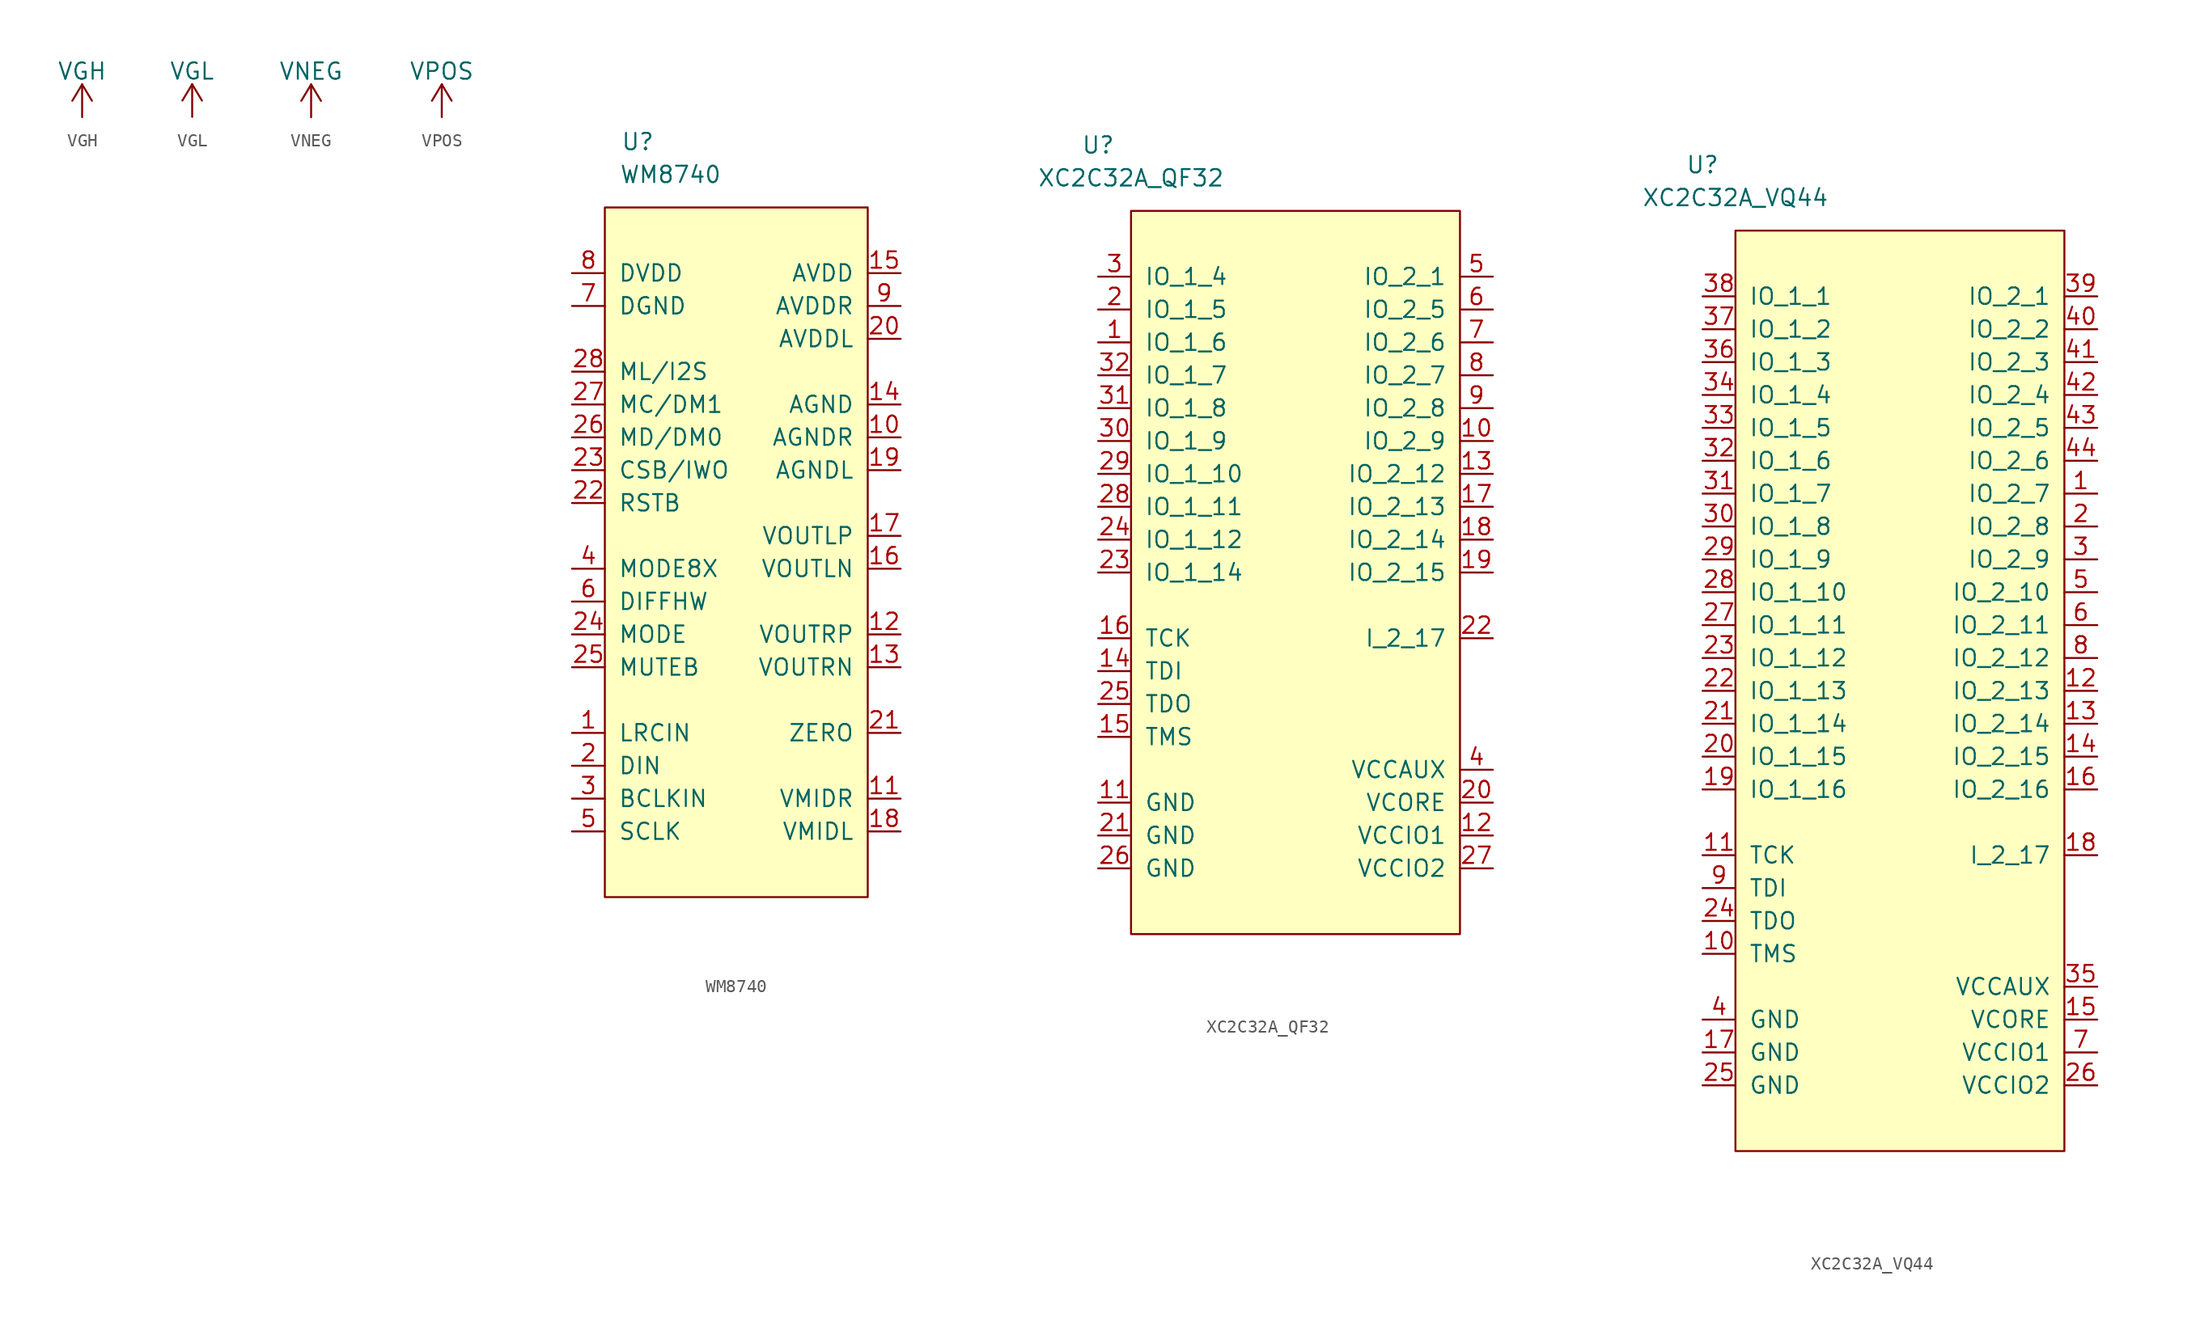
<source format=kicad_sym>
(kicad_symbol_lib
  (version 20220914)
  (generator kicad_symbol_editor)
  (symbol "VGH"
    (power)
    (pin_names
      (offset 0))
    (property "Reference" "#PWR"
      (at 0 -3.81 0)
      (effects (font (size 1.27 1.27)) hide))
    (property "Value" "VGH"
      (at 0 3.556 0)
      (effects (font (size 1.27 1.27))))
    (symbol "VGH_0_1"
      (polyline (pts (xy -0.762 1.27) (xy 0 2.54)) (stroke (width 0) (type default)) (fill (type none)))
      (polyline (pts (xy 0 0) (xy 0 2.54)) (stroke (width 0) (type default)) (fill (type none)))
      (polyline (pts (xy 0 2.54) (xy 0.762 1.27)) (stroke (width 0) (type default)) (fill (type none))))
    (symbol "VGH_1_1"
      (pin power_in line (at 0 0 90) (length 0) hide (name "VGH" (effects (font (size 1.27 1.27)))) (number "1" (effects (font (size 1.27 1.27)))))))
  (symbol "VGL"
    (power)
    (pin_names
      (offset 0))
    (property "Reference" "#PWR"
      (at 0 -3.81 0)
      (effects (font (size 1.27 1.27)) hide))
    (property "Value" "VGL"
      (at 0 3.556 0)
      (effects (font (size 1.27 1.27))))
    (symbol "VGL_0_1"
      (polyline (pts (xy -0.762 1.27) (xy 0 2.54)) (stroke (width 0) (type default)) (fill (type none)))
      (polyline (pts (xy 0 0) (xy 0 2.54)) (stroke (width 0) (type default)) (fill (type none)))
      (polyline (pts (xy 0 2.54) (xy 0.762 1.27)) (stroke (width 0) (type default)) (fill (type none))))
    (symbol "VGL_1_1"
      (pin power_in line (at 0 0 90) (length 0) hide (name "VGL" (effects (font (size 1.27 1.27)))) (number "1" (effects (font (size 1.27 1.27)))))))
  (symbol "VNEG"
    (power)
    (pin_names
      (offset 0))
    (property "Reference" "#PWR"
      (at 0 -3.81 0)
      (effects (font (size 1.27 1.27)) hide))
    (property "Value" "VNEG"
      (at 0 3.556 0)
      (effects (font (size 1.27 1.27))))
    (symbol "VNEG_0_1"
      (polyline (pts (xy -0.762 1.27) (xy 0 2.54)) (stroke (width 0) (type default)) (fill (type none)))
      (polyline (pts (xy 0 0) (xy 0 2.54)) (stroke (width 0) (type default)) (fill (type none)))
      (polyline (pts (xy 0 2.54) (xy 0.762 1.27)) (stroke (width 0) (type default)) (fill (type none))))
    (symbol "VNEG_1_1"
      (pin power_in line (at 0 0 90) (length 0) hide (name "VNEG" (effects (font (size 1.27 1.27)))) (number "1" (effects (font (size 1.27 1.27)))))))
  (symbol "VPOS"
    (power)
    (pin_names
      (offset 0))
    (property "Reference" "#PWR"
      (at 0 -3.81 0)
      (effects (font (size 1.27 1.27)) hide))
    (property "Value" "VPOS"
      (at 0 3.556 0)
      (effects (font (size 1.27 1.27))))
    (symbol "VPOS_0_1"
      (polyline (pts (xy -0.762 1.27) (xy 0 2.54)) (stroke (width 0) (type default)) (fill (type none)))
      (polyline (pts (xy 0 0) (xy 0 2.54)) (stroke (width 0) (type default)) (fill (type none)))
      (polyline (pts (xy 0 2.54) (xy 0.762 1.27)) (stroke (width 0) (type default)) (fill (type none))))
    (symbol "VPOS_1_1"
      (pin power_in line (at 0 0 90) (length 0) hide (name "VPOS" (effects (font (size 1.27 1.27)))) (number "1" (effects (font (size 1.27 1.27)))))))
  (symbol "WM8740"
    (pin_names
      (offset 1.016))
    (property "Reference" "U"
      (at -7.62 17.78 0)
      (effects (font (size 1.27 1.27))))
    (property "Value" "WM8740"
      (at -5.08 15.24 0)
      (effects (font (size 1.27 1.27))))
    (symbol "WM8740_0_1"
      (rectangle (start -10.16 12.7) (end 10.16 -40.64) (stroke (width 0) (type default)) (fill (type background))))
    (symbol "WM8740_1_1"
      (pin input line (at -12.7 -27.94 0) (length 2.54) (name "LRCIN" (effects (font (size 1.27 1.27)))) (number "1" (effects (font (size 1.27 1.27)))))
      (pin power_in line (at 12.7 -5.08 180) (length 2.54) (name "AGNDR" (effects (font (size 1.27 1.27)))) (number "10" (effects (font (size 1.27 1.27)))))
      (pin power_out line (at 12.7 -33.02 180) (length 2.54) (name "VMIDR" (effects (font (size 1.27 1.27)))) (number "11" (effects (font (size 1.27 1.27)))))
      (pin output line (at 12.7 -20.32 180) (length 2.54) (name "VOUTRP" (effects (font (size 1.27 1.27)))) (number "12" (effects (font (size 1.27 1.27)))))
      (pin output line (at 12.7 -22.86 180) (length 2.54) (name "VOUTRN" (effects (font (size 1.27 1.27)))) (number "13" (effects (font (size 1.27 1.27)))))
      (pin power_in line (at 12.7 -2.54 180) (length 2.54) (name "AGND" (effects (font (size 1.27 1.27)))) (number "14" (effects (font (size 1.27 1.27)))))
      (pin power_in line (at 12.7 7.62 180) (length 2.54) (name "AVDD" (effects (font (size 1.27 1.27)))) (number "15" (effects (font (size 1.27 1.27)))))
      (pin output line (at 12.7 -15.24 180) (length 2.54) (name "VOUTLN" (effects (font (size 1.27 1.27)))) (number "16" (effects (font (size 1.27 1.27)))))
      (pin output line (at 12.7 -12.7 180) (length 2.54) (name "VOUTLP" (effects (font (size 1.27 1.27)))) (number "17" (effects (font (size 1.27 1.27)))))
      (pin power_out line (at 12.7 -35.56 180) (length 2.54) (name "VMIDL" (effects (font (size 1.27 1.27)))) (number "18" (effects (font (size 1.27 1.27)))))
      (pin power_in line (at 12.7 -7.62 180) (length 2.54) (name "AGNDL" (effects (font (size 1.27 1.27)))) (number "19" (effects (font (size 1.27 1.27)))))
      (pin input line (at -12.7 -30.48 0) (length 2.54) (name "DIN" (effects (font (size 1.27 1.27)))) (number "2" (effects (font (size 1.27 1.27)))))
      (pin power_in line (at 12.7 2.54 180) (length 2.54) (name "AVDDL" (effects (font (size 1.27 1.27)))) (number "20" (effects (font (size 1.27 1.27)))))
      (pin output line (at 12.7 -27.94 180) (length 2.54) (name "ZERO" (effects (font (size 1.27 1.27)))) (number "21" (effects (font (size 1.27 1.27)))))
      (pin input line (at -12.7 -10.16 0) (length 2.54) (name "RSTB" (effects (font (size 1.27 1.27)))) (number "22" (effects (font (size 1.27 1.27)))))
      (pin input line (at -12.7 -7.62 0) (length 2.54) (name "CSB/IWO" (effects (font (size 1.27 1.27)))) (number "23" (effects (font (size 1.27 1.27)))))
      (pin input line (at -12.7 -20.32 0) (length 2.54) (name "MODE" (effects (font (size 1.27 1.27)))) (number "24" (effects (font (size 1.27 1.27)))))
      (pin input line (at -12.7 -22.86 0) (length 2.54) (name "MUTEB" (effects (font (size 1.27 1.27)))) (number "25" (effects (font (size 1.27 1.27)))))
      (pin input line (at -12.7 -5.08 0) (length 2.54) (name "MD/DM0" (effects (font (size 1.27 1.27)))) (number "26" (effects (font (size 1.27 1.27)))))
      (pin input line (at -12.7 -2.54 0) (length 2.54) (name "MC/DM1" (effects (font (size 1.27 1.27)))) (number "27" (effects (font (size 1.27 1.27)))))
      (pin input line (at -12.7 0 0) (length 2.54) (name "ML/I2S" (effects (font (size 1.27 1.27)))) (number "28" (effects (font (size 1.27 1.27)))))
      (pin input line (at -12.7 -33.02 0) (length 2.54) (name "BCLKIN" (effects (font (size 1.27 1.27)))) (number "3" (effects (font (size 1.27 1.27)))))
      (pin input line (at -12.7 -15.24 0) (length 2.54) (name "MODE8X" (effects (font (size 1.27 1.27)))) (number "4" (effects (font (size 1.27 1.27)))))
      (pin input line (at -12.7 -35.56 0) (length 2.54) (name "SCLK" (effects (font (size 1.27 1.27)))) (number "5" (effects (font (size 1.27 1.27)))))
      (pin input line (at -12.7 -17.78 0) (length 2.54) (name "DIFFHW" (effects (font (size 1.27 1.27)))) (number "6" (effects (font (size 1.27 1.27)))))
      (pin power_in line (at -12.7 5.08 0) (length 2.54) (name "DGND" (effects (font (size 1.27 1.27)))) (number "7" (effects (font (size 1.27 1.27)))))
      (pin power_in line (at -12.7 7.62 0) (length 2.54) (name "DVDD" (effects (font (size 1.27 1.27)))) (number "8" (effects (font (size 1.27 1.27)))))
      (pin power_in line (at 12.7 5.08 180) (length 2.54) (name "AVDDR" (effects (font (size 1.27 1.27)))) (number "9" (effects (font (size 1.27 1.27)))))))
  (symbol "XC2C32A_QF32"
    (pin_names
      (offset 1.016))
    (property "Reference" "U"
      (at -15.24 35.56 0)
      (effects (font (size 1.27 1.27))))
    (property "Value" "XC2C32A_QF32"
      (at -12.7 33.02 0)
      (effects (font (size 1.27 1.27))))
    (symbol "XC2C32A_QF32_0_1"
      (rectangle (start -12.7 30.48) (end 12.7 -25.4) (stroke (width 0) (type default)) (fill (type background))))
    (symbol "XC2C32A_QF32_1_1"
      (pin bidirectional line (at -15.24 20.32 0) (length 2.54) (name "IO_1_6" (effects (font (size 1.27 1.27)))) (number "1" (effects (font (size 1.27 1.27)))))
      (pin bidirectional line (at 15.24 12.7 180) (length 2.54) (name "IO_2_9" (effects (font (size 1.27 1.27)))) (number "10" (effects (font (size 1.27 1.27)))))
      (pin power_in line (at -15.24 -15.24 0) (length 2.54) (name "GND" (effects (font (size 1.27 1.27)))) (number "11" (effects (font (size 1.27 1.27)))))
      (pin power_in line (at 15.24 -17.78 180) (length 2.54) (name "VCCIO1" (effects (font (size 1.27 1.27)))) (number "12" (effects (font (size 1.27 1.27)))))
      (pin bidirectional line (at 15.24 10.16 180) (length 2.54) (name "IO_2_12" (effects (font (size 1.27 1.27)))) (number "13" (effects (font (size 1.27 1.27)))))
      (pin input line (at -15.24 -5.08 0) (length 2.54) (name "TDI" (effects (font (size 1.27 1.27)))) (number "14" (effects (font (size 1.27 1.27)))))
      (pin input line (at -15.24 -10.16 0) (length 2.54) (name "TMS" (effects (font (size 1.27 1.27)))) (number "15" (effects (font (size 1.27 1.27)))))
      (pin input line (at -15.24 -2.54 0) (length 2.54) (name "TCK" (effects (font (size 1.27 1.27)))) (number "16" (effects (font (size 1.27 1.27)))))
      (pin bidirectional line (at 15.24 7.62 180) (length 2.54) (name "IO_2_13" (effects (font (size 1.27 1.27)))) (number "17" (effects (font (size 1.27 1.27)))))
      (pin bidirectional line (at 15.24 5.08 180) (length 2.54) (name "IO_2_14" (effects (font (size 1.27 1.27)))) (number "18" (effects (font (size 1.27 1.27)))))
      (pin bidirectional line (at 15.24 2.54 180) (length 2.54) (name "IO_2_15" (effects (font (size 1.27 1.27)))) (number "19" (effects (font (size 1.27 1.27)))))
      (pin bidirectional line (at -15.24 22.86 0) (length 2.54) (name "IO_1_5" (effects (font (size 1.27 1.27)))) (number "2" (effects (font (size 1.27 1.27)))))
      (pin power_in line (at 15.24 -15.24 180) (length 2.54) (name "VCORE" (effects (font (size 1.27 1.27)))) (number "20" (effects (font (size 1.27 1.27)))))
      (pin power_in line (at -15.24 -17.78 0) (length 2.54) (name "GND" (effects (font (size 1.27 1.27)))) (number "21" (effects (font (size 1.27 1.27)))))
      (pin input line (at 15.24 -2.54 180) (length 2.54) (name "I_2_17" (effects (font (size 1.27 1.27)))) (number "22" (effects (font (size 1.27 1.27)))))
      (pin bidirectional line (at -15.24 2.54 0) (length 2.54) (name "IO_1_14" (effects (font (size 1.27 1.27)))) (number "23" (effects (font (size 1.27 1.27)))))
      (pin bidirectional line (at -15.24 5.08 0) (length 2.54) (name "IO_1_12" (effects (font (size 1.27 1.27)))) (number "24" (effects (font (size 1.27 1.27)))))
      (pin output line (at -15.24 -7.62 0) (length 2.54) (name "TDO" (effects (font (size 1.27 1.27)))) (number "25" (effects (font (size 1.27 1.27)))))
      (pin power_in line (at -15.24 -20.32 0) (length 2.54) (name "GND" (effects (font (size 1.27 1.27)))) (number "26" (effects (font (size 1.27 1.27)))))
      (pin power_in line (at 15.24 -20.32 180) (length 2.54) (name "VCCIO2" (effects (font (size 1.27 1.27)))) (number "27" (effects (font (size 1.27 1.27)))))
      (pin bidirectional line (at -15.24 7.62 0) (length 2.54) (name "IO_1_11" (effects (font (size 1.27 1.27)))) (number "28" (effects (font (size 1.27 1.27)))))
      (pin bidirectional line (at -15.24 10.16 0) (length 2.54) (name "IO_1_10" (effects (font (size 1.27 1.27)))) (number "29" (effects (font (size 1.27 1.27)))))
      (pin bidirectional line (at -15.24 25.4 0) (length 2.54) (name "IO_1_4" (effects (font (size 1.27 1.27)))) (number "3" (effects (font (size 1.27 1.27)))))
      (pin bidirectional line (at -15.24 12.7 0) (length 2.54) (name "IO_1_9" (effects (font (size 1.27 1.27)))) (number "30" (effects (font (size 1.27 1.27)))))
      (pin bidirectional line (at -15.24 15.24 0) (length 2.54) (name "IO_1_8" (effects (font (size 1.27 1.27)))) (number "31" (effects (font (size 1.27 1.27)))))
      (pin bidirectional line (at -15.24 17.78 0) (length 2.54) (name "IO_1_7" (effects (font (size 1.27 1.27)))) (number "32" (effects (font (size 1.27 1.27)))))
      (pin power_in line (at 15.24 -12.7 180) (length 2.54) (name "VCCAUX" (effects (font (size 1.27 1.27)))) (number "4" (effects (font (size 1.27 1.27)))))
      (pin bidirectional line (at 15.24 25.4 180) (length 2.54) (name "IO_2_1" (effects (font (size 1.27 1.27)))) (number "5" (effects (font (size 1.27 1.27)))))
      (pin bidirectional line (at 15.24 22.86 180) (length 2.54) (name "IO_2_5" (effects (font (size 1.27 1.27)))) (number "6" (effects (font (size 1.27 1.27)))))
      (pin bidirectional line (at 15.24 20.32 180) (length 2.54) (name "IO_2_6" (effects (font (size 1.27 1.27)))) (number "7" (effects (font (size 1.27 1.27)))))
      (pin bidirectional line (at 15.24 17.78 180) (length 2.54) (name "IO_2_7" (effects (font (size 1.27 1.27)))) (number "8" (effects (font (size 1.27 1.27)))))
      (pin bidirectional line (at 15.24 15.24 180) (length 2.54) (name "IO_2_8" (effects (font (size 1.27 1.27)))) (number "9" (effects (font (size 1.27 1.27)))))))
  (symbol "XC2C32A_VQ44"
    (pin_names
      (offset 1.016))
    (property "Reference" "U"
      (at -15.24 38.1 0)
      (effects (font (size 1.27 1.27))))
    (property "Value" "XC2C32A_VQ44"
      (at -12.7 35.56 0)
      (effects (font (size 1.27 1.27))))
    (symbol "XC2C32A_VQ44_0_1"
      (rectangle (start -12.7 33.02) (end 12.7 -38.1) (stroke (width 0) (type default)) (fill (type background))))
    (symbol "XC2C32A_VQ44_1_1"
      (pin bidirectional line (at 15.24 12.7 180) (length 2.54) (name "IO_2_7" (effects (font (size 1.27 1.27)))) (number "1" (effects (font (size 1.27 1.27)))))
      (pin input line (at -15.24 -22.86 0) (length 2.54) (name "TMS" (effects (font (size 1.27 1.27)))) (number "10" (effects (font (size 1.27 1.27)))))
      (pin input line (at -15.24 -15.24 0) (length 2.54) (name "TCK" (effects (font (size 1.27 1.27)))) (number "11" (effects (font (size 1.27 1.27)))))
      (pin bidirectional line (at 15.24 -2.54 180) (length 2.54) (name "IO_2_13" (effects (font (size 1.27 1.27)))) (number "12" (effects (font (size 1.27 1.27)))))
      (pin bidirectional line (at 15.24 -5.08 180) (length 2.54) (name "IO_2_14" (effects (font (size 1.27 1.27)))) (number "13" (effects (font (size 1.27 1.27)))))
      (pin bidirectional line (at 15.24 -7.62 180) (length 2.54) (name "IO_2_15" (effects (font (size 1.27 1.27)))) (number "14" (effects (font (size 1.27 1.27)))))
      (pin power_in line (at 15.24 -27.94 180) (length 2.54) (name "VCORE" (effects (font (size 1.27 1.27)))) (number "15" (effects (font (size 1.27 1.27)))))
      (pin bidirectional line (at 15.24 -10.16 180) (length 2.54) (name "IO_2_16" (effects (font (size 1.27 1.27)))) (number "16" (effects (font (size 1.27 1.27)))))
      (pin power_in line (at -15.24 -30.48 0) (length 2.54) (name "GND" (effects (font (size 1.27 1.27)))) (number "17" (effects (font (size 1.27 1.27)))))
      (pin input line (at 15.24 -15.24 180) (length 2.54) (name "I_2_17" (effects (font (size 1.27 1.27)))) (number "18" (effects (font (size 1.27 1.27)))))
      (pin bidirectional line (at -15.24 -10.16 0) (length 2.54) (name "IO_1_16" (effects (font (size 1.27 1.27)))) (number "19" (effects (font (size 1.27 1.27)))))
      (pin bidirectional line (at 15.24 10.16 180) (length 2.54) (name "IO_2_8" (effects (font (size 1.27 1.27)))) (number "2" (effects (font (size 1.27 1.27)))))
      (pin bidirectional line (at -15.24 -7.62 0) (length 2.54) (name "IO_1_15" (effects (font (size 1.27 1.27)))) (number "20" (effects (font (size 1.27 1.27)))))
      (pin bidirectional line (at -15.24 -5.08 0) (length 2.54) (name "IO_1_14" (effects (font (size 1.27 1.27)))) (number "21" (effects (font (size 1.27 1.27)))))
      (pin bidirectional line (at -15.24 -2.54 0) (length 2.54) (name "IO_1_13" (effects (font (size 1.27 1.27)))) (number "22" (effects (font (size 1.27 1.27)))))
      (pin bidirectional line (at -15.24 0 0) (length 2.54) (name "IO_1_12" (effects (font (size 1.27 1.27)))) (number "23" (effects (font (size 1.27 1.27)))))
      (pin output line (at -15.24 -20.32 0) (length 2.54) (name "TDO" (effects (font (size 1.27 1.27)))) (number "24" (effects (font (size 1.27 1.27)))))
      (pin power_in line (at -15.24 -33.02 0) (length 2.54) (name "GND" (effects (font (size 1.27 1.27)))) (number "25" (effects (font (size 1.27 1.27)))))
      (pin power_in line (at 15.24 -33.02 180) (length 2.54) (name "VCCIO2" (effects (font (size 1.27 1.27)))) (number "26" (effects (font (size 1.27 1.27)))))
      (pin bidirectional line (at -15.24 2.54 0) (length 2.54) (name "IO_1_11" (effects (font (size 1.27 1.27)))) (number "27" (effects (font (size 1.27 1.27)))))
      (pin bidirectional line (at -15.24 5.08 0) (length 2.54) (name "IO_1_10" (effects (font (size 1.27 1.27)))) (number "28" (effects (font (size 1.27 1.27)))))
      (pin bidirectional line (at -15.24 7.62 0) (length 2.54) (name "IO_1_9" (effects (font (size 1.27 1.27)))) (number "29" (effects (font (size 1.27 1.27)))))
      (pin bidirectional line (at 15.24 7.62 180) (length 2.54) (name "IO_2_9" (effects (font (size 1.27 1.27)))) (number "3" (effects (font (size 1.27 1.27)))))
      (pin bidirectional line (at -15.24 10.16 0) (length 2.54) (name "IO_1_8" (effects (font (size 1.27 1.27)))) (number "30" (effects (font (size 1.27 1.27)))))
      (pin bidirectional line (at -15.24 12.7 0) (length 2.54) (name "IO_1_7" (effects (font (size 1.27 1.27)))) (number "31" (effects (font (size 1.27 1.27)))))
      (pin bidirectional line (at -15.24 15.24 0) (length 2.54) (name "IO_1_6" (effects (font (size 1.27 1.27)))) (number "32" (effects (font (size 1.27 1.27)))))
      (pin bidirectional line (at -15.24 17.78 0) (length 2.54) (name "IO_1_5" (effects (font (size 1.27 1.27)))) (number "33" (effects (font (size 1.27 1.27)))))
      (pin bidirectional line (at -15.24 20.32 0) (length 2.54) (name "IO_1_4" (effects (font (size 1.27 1.27)))) (number "34" (effects (font (size 1.27 1.27)))))
      (pin power_in line (at 15.24 -25.4 180) (length 2.54) (name "VCCAUX" (effects (font (size 1.27 1.27)))) (number "35" (effects (font (size 1.27 1.27)))))
      (pin bidirectional line (at -15.24 22.86 0) (length 2.54) (name "IO_1_3" (effects (font (size 1.27 1.27)))) (number "36" (effects (font (size 1.27 1.27)))))
      (pin bidirectional line (at -15.24 25.4 0) (length 2.54) (name "IO_1_2" (effects (font (size 1.27 1.27)))) (number "37" (effects (font (size 1.27 1.27)))))
      (pin bidirectional line (at -15.24 27.94 0) (length 2.54) (name "IO_1_1" (effects (font (size 1.27 1.27)))) (number "38" (effects (font (size 1.27 1.27)))))
      (pin bidirectional line (at 15.24 27.94 180) (length 2.54) (name "IO_2_1" (effects (font (size 1.27 1.27)))) (number "39" (effects (font (size 1.27 1.27)))))
      (pin power_in line (at -15.24 -27.94 0) (length 2.54) (name "GND" (effects (font (size 1.27 1.27)))) (number "4" (effects (font (size 1.27 1.27)))))
      (pin bidirectional line (at 15.24 25.4 180) (length 2.54) (name "IO_2_2" (effects (font (size 1.27 1.27)))) (number "40" (effects (font (size 1.27 1.27)))))
      (pin bidirectional line (at 15.24 22.86 180) (length 2.54) (name "IO_2_3" (effects (font (size 1.27 1.27)))) (number "41" (effects (font (size 1.27 1.27)))))
      (pin bidirectional line (at 15.24 20.32 180) (length 2.54) (name "IO_2_4" (effects (font (size 1.27 1.27)))) (number "42" (effects (font (size 1.27 1.27)))))
      (pin bidirectional line (at 15.24 17.78 180) (length 2.54) (name "IO_2_5" (effects (font (size 1.27 1.27)))) (number "43" (effects (font (size 1.27 1.27)))))
      (pin bidirectional line (at 15.24 15.24 180) (length 2.54) (name "IO_2_6" (effects (font (size 1.27 1.27)))) (number "44" (effects (font (size 1.27 1.27)))))
      (pin bidirectional line (at 15.24 5.08 180) (length 2.54) (name "IO_2_10" (effects (font (size 1.27 1.27)))) (number "5" (effects (font (size 1.27 1.27)))))
      (pin bidirectional line (at 15.24 2.54 180) (length 2.54) (name "IO_2_11" (effects (font (size 1.27 1.27)))) (number "6" (effects (font (size 1.27 1.27)))))
      (pin power_in line (at 15.24 -30.48 180) (length 2.54) (name "VCCIO1" (effects (font (size 1.27 1.27)))) (number "7" (effects (font (size 1.27 1.27)))))
      (pin bidirectional line (at 15.24 0 180) (length 2.54) (name "IO_2_12" (effects (font (size 1.27 1.27)))) (number "8" (effects (font (size 1.27 1.27)))))
      (pin input line (at -15.24 -17.78 0) (length 2.54) (name "TDI" (effects (font (size 1.27 1.27)))) (number "9" (effects (font (size 1.27 1.27))))))))
</source>
